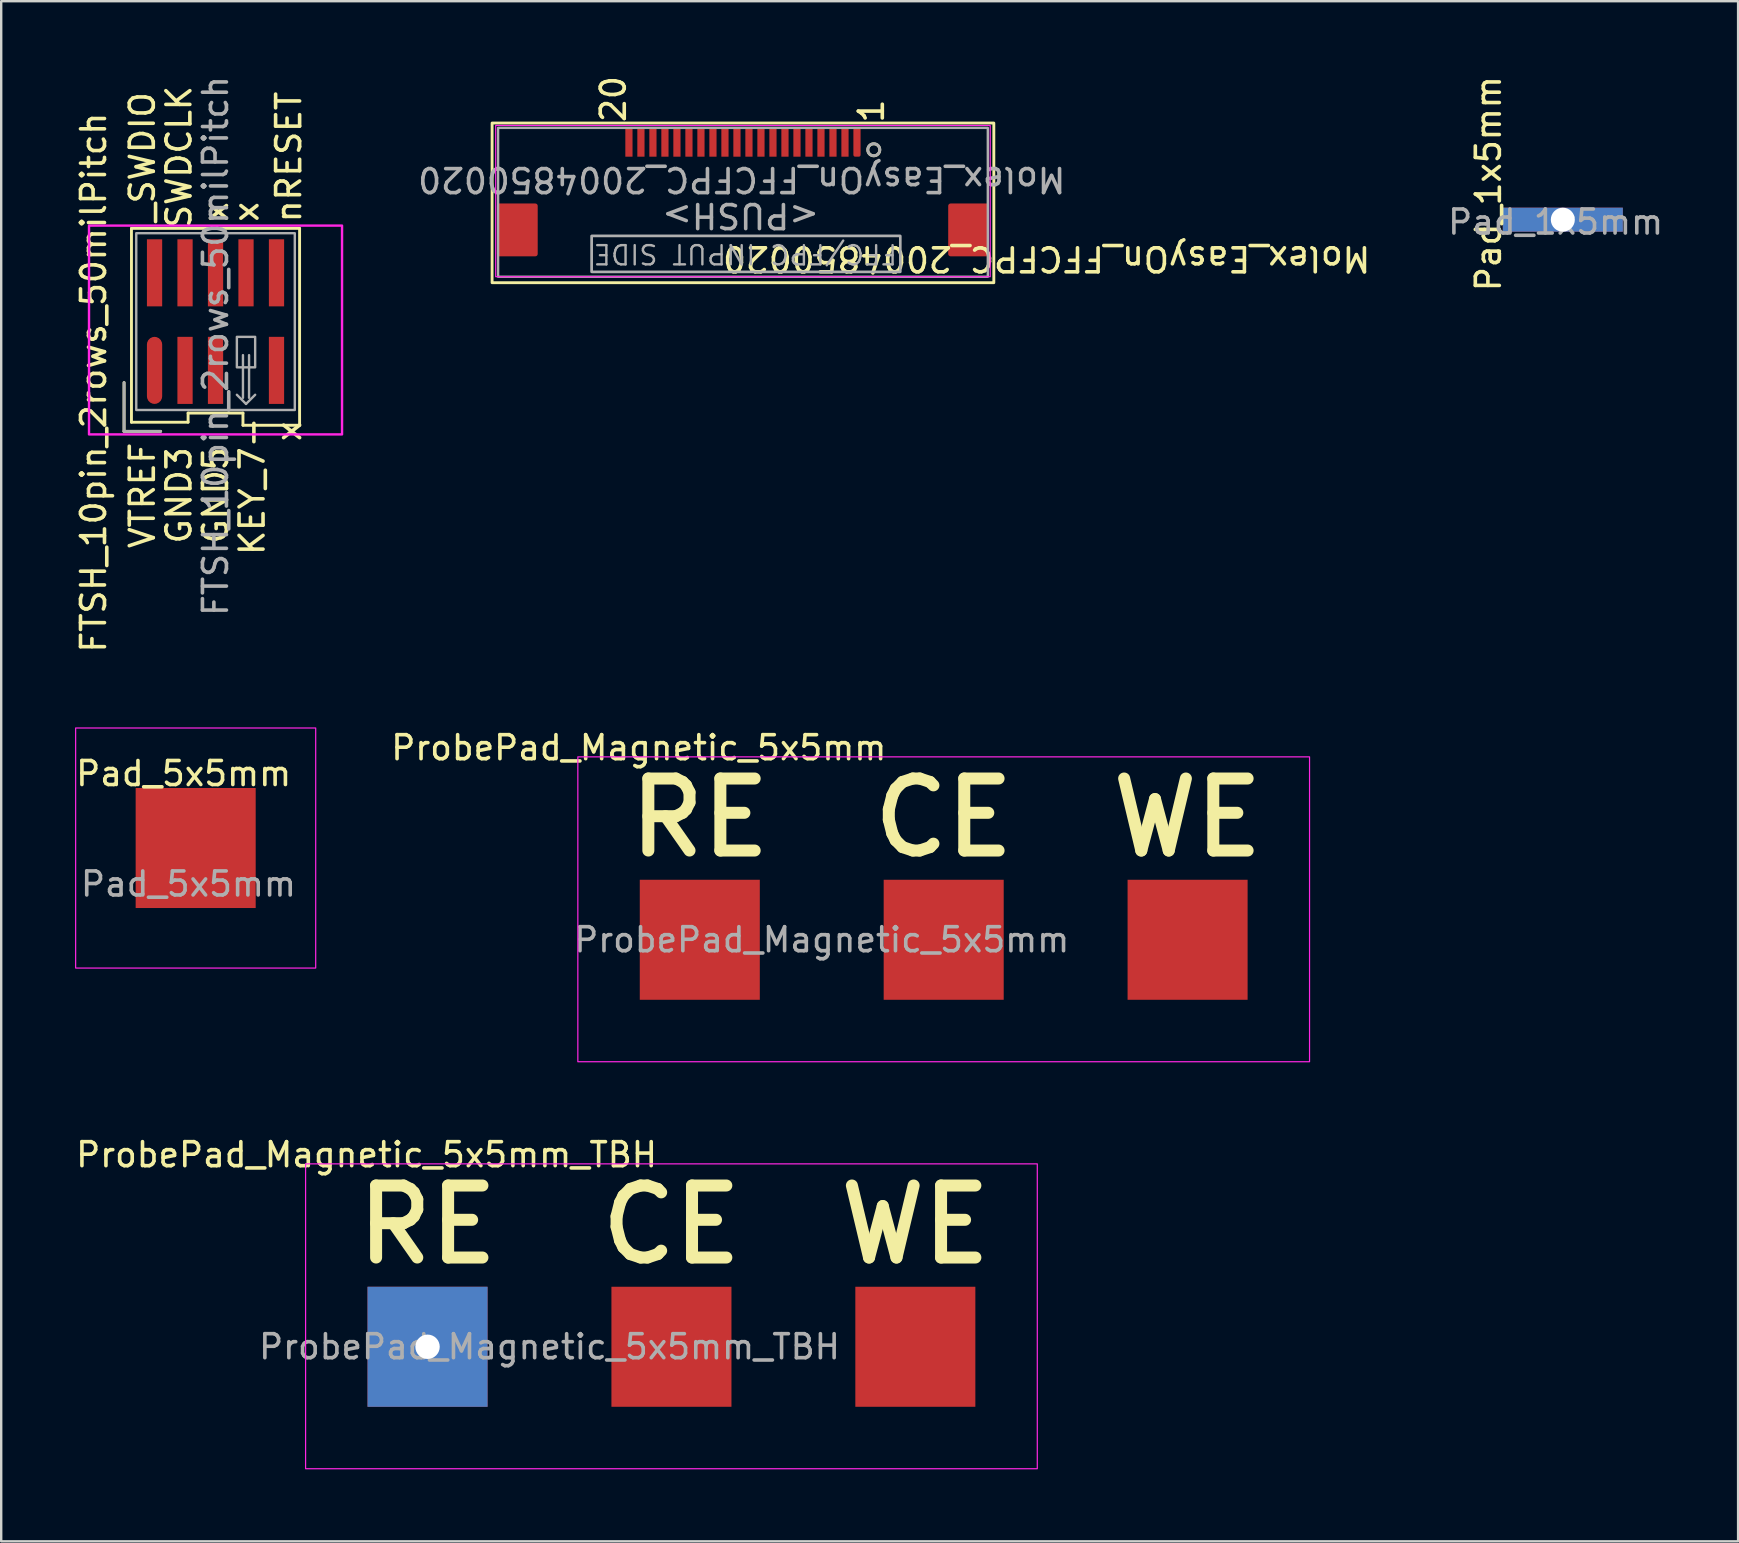
<source format=kicad_pcb>
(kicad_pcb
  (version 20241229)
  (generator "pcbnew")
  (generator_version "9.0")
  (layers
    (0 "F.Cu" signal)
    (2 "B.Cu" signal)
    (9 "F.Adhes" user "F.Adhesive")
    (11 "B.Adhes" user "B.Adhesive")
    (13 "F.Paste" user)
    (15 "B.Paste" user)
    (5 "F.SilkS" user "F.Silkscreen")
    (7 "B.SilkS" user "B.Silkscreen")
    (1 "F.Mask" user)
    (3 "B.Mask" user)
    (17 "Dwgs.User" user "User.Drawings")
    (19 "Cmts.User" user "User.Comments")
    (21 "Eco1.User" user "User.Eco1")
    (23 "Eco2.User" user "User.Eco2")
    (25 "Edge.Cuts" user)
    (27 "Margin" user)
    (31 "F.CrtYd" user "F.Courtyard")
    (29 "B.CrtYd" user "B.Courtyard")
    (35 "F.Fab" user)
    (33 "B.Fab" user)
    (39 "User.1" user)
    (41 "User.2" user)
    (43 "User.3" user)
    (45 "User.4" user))
  (footprint "FTSH_10pin_2rows_50milPitch"
    (layer "F.Cu")
    (at 5.928 10.347)
    (property "Reference" "FTSH_10pin_2rows_50milPitch" (at -5.08 2.54 90) (unlocked yes) (layer "F.SilkS") (effects (font (size 1 1) (thickness 0.15))))
    (attr smd)
    (fp_line (start -3.81 2.54) (end -3.81 4.572) (stroke (width 0.12) (type solid)) (layer "F.SilkS"))
    (fp_line (start -3.81 4.572) (end -2.286 4.572) (stroke (width 0.12) (type solid)) (layer "F.SilkS"))
    (fp_line (start -3.502 -3.883) (end -3.502 4.191) (stroke (width 0.12) (type solid)) (layer "F.SilkS"))
    (fp_line (start -3.502 4.191) (end -1.143 4.191) (stroke (width 0.12) (type solid)) (layer "F.SilkS"))
    (fp_line (start -1.143 3.81) (end 1.143 3.81) (stroke (width 0.12) (type solid)) (layer "F.SilkS"))
    (fp_line (start -1.143 4.191) (end -1.143 3.81) (stroke (width 0.12) (type solid)) (layer "F.SilkS"))
    (fp_line (start 1.143 3.81) (end 1.143 4.318) (stroke (width 0.12) (type solid)) (layer "F.SilkS"))
    (fp_line (start 1.143 4.318) (end 3.502 4.318) (stroke (width 0.12) (type solid)) (layer "F.SilkS"))
    (fp_line (start 3.502 -3.883) (end -3.502 -3.883) (stroke (width 0.12) (type solid)) (layer "F.SilkS"))
    (fp_line (start 3.502 4.318) (end 3.502 -3.883) (stroke (width 0.12) (type solid)) (layer "F.SilkS"))
    (fp_rect (start -5.27 -4) (end 5.27 4.699) (stroke (width 0.1) (type solid)) (fill no) (layer "F.CrtYd"))
    (fp_line (start -3.81 2.54) (end -3.81 4.572) (stroke (width 0.12) (type solid)) (layer "F.Fab"))
    (fp_line (start -3.81 4.572) (end -2.286 4.572) (stroke (width 0.12) (type solid)) (layer "F.Fab"))
    (fp_line (start 0.889 3.048) (end 1.27 3.429) (stroke (width 0.1) (type solid)) (layer "F.Fab"))
    (fp_line (start 1.143 1.397) (end 1.143 3.175) (stroke (width 0.1) (type solid)) (layer "F.Fab"))
    (fp_line (start 1.27 3.429) (end 1.651 3.048) (stroke (width 0.1) (type solid)) (layer "F.Fab"))
    (fp_line (start 1.397 1.397) (end 1.397 3.175) (stroke (width 0.1) (type solid)) (layer "F.Fab"))
    (fp_rect (start -3.302 -3.683) (end 3.302 3.683) (stroke (width 0.1) (type solid)) (fill no) (layer "F.Fab"))
    (fp_rect (start 0.889 1.905) (end 1.651 0.635) (stroke (width 0.1) (type solid)) (fill no) (layer "F.Fab"))
    (fp_text user "GND3 " (at -1.524 6.858 90) (unlocked yes) (layer "F.SilkS") (effects (font (size 1 1) (thickness 0.15))))
    (fp_text user "GND5 " (at 0 6.858 90) (unlocked yes) (layer "F.SilkS") (effects (font (size 1 1) (thickness 0.15))))
    (fp_text user "nRESET" (at 3.048 -6.858 90) (unlocked yes) (layer "F.SilkS") (effects (font (size 1 1) (thickness 0.15))))
    (fp_text user "x" (at 1.27 -4.572 90) (unlocked yes) (layer "F.SilkS") (effects (font (size 1 1) (thickness 0.15))))
    (fp_text user "x" (at 3.048 4.572 90) (unlocked yes) (layer "F.SilkS") (effects (font (size 1 1) (thickness 0.15))))
    (fp_text user "_SWDIO" (at -3.048 -6.858 90) (unlocked yes) (layer "F.SilkS") (effects (font (size 1 1) (thickness 0.15))))
    (fp_text user "VTREF " (at -3.048 6.858 90) (unlocked yes) (layer "F.SilkS") (effects (font (size 1 1) (thickness 0.15))))
    (fp_text user "KEY_7-" (at 1.524 6.858 90) (unlocked yes) (layer "F.SilkS") (effects (font (size 1 1) (thickness 0.15))))
    (fp_text user "SWDCLK" (at -1.524 -6.858 90) (unlocked yes) (layer "F.SilkS") (effects (font (size 1 1) (thickness 0.15))))
    (fp_text user "x" (at 0 -4.572 90) (unlocked yes) (layer "F.SilkS") (effects (font (size 1 1) (thickness 0.15))))
    (fp_text user "${REFERENCE}" (at 0 1.016 90) (unlocked yes) (layer "F.Fab") (effects (font (size 1 1) (thickness 0.15))))
    (pad "1" smd roundrect (at -2.54 2.032) (size 0.635 2.794) (layers "F.Cu" "F.Mask" "F.Paste") (roundrect_rratio 0.5))
    (pad "2" smd rect (at -2.54 -2.032) (size 0.635 2.794) (layers "F.Cu" "F.Mask" "F.Paste"))
    (pad "3" smd rect (at -1.27 2.032) (size 0.635 2.794) (layers "F.Cu" "F.Mask" "F.Paste"))
    (pad "4" smd rect (at -1.27 -2.032) (size 0.635 2.794) (layers "F.Cu" "F.Mask" "F.Paste"))
    (pad "5" smd rect (at 0 2.032) (size 0.635 2.794) (layers "F.Cu" "F.Mask" "F.Paste"))
    (pad "6" smd rect (at 0 -2.032) (size 0.635 2.794) (layers "F.Cu" "F.Mask" "F.Paste"))
    (pad "8" smd rect (at 1.27 -2.032) (size 0.635 2.794) (layers "F.Cu" "F.Mask" "F.Paste"))
    (pad "9" smd rect (at 2.54 2.032) (size 0.635 2.794) (layers "F.Cu" "F.Mask" "F.Paste"))
    (pad "10" smd rect (at 2.54 -2.032) (size 0.635 2.794) (layers "F.Cu" "F.Mask" "F.Paste")))
  (footprint "ProbePad_Magnetic_5x5mm"
    (layer "F.Cu")
    (at 36.261 36.098)
    (property "Reference" "ProbePad_Magnetic_5x5mm" (at -12.7 -8 0) (unlocked yes) (layer "F.SilkS") (effects (font (size 1 1) (thickness 0.15))))
    (attr smd)
    (fp_rect (start -15.24 -7.62) (end 15.24 5.08) (stroke (width 0.05) (type solid)) (fill no) (layer "F.CrtYd"))
    (fp_text user "WE" (at 10.16 -5.08 0) (unlocked yes) (layer "F.SilkS") (effects (font (size 3 3) (thickness 0.5))))
    (fp_text user "RE" (at -10.16 -5.08 0) (unlocked yes) (layer "F.SilkS") (effects (font (size 3 3) (thickness 0.5))))
    (fp_text user "CE" (at 0 -5.08 0) (unlocked yes) (layer "F.SilkS") (effects (font (size 3 3) (thickness 0.5))))
    (fp_text user "${REFERENCE}" (at -5.08 0 0) (unlocked yes) (layer "F.Fab") (effects (font (size 1 1) (thickness 0.15))))
    (pad "1" smd rect (at -10.16 0) (size 5 5) (layers "F.Cu" "F.Mask" "F.Paste"))
    (pad "2" smd rect (at 0 0) (size 5 5) (layers "F.Cu" "F.Mask" "F.Paste"))
    (pad "3" smd rect (at 10.16 0) (size 5 5) (layers "F.Cu" "F.Mask" "F.Paste")))
  (footprint "ProbePad_Magnetic_5x5mm_TBH"
    (layer "F.Cu")
    (at 24.92 53.052)
    (property "Reference" "ProbePad_Magnetic_5x5mm_TBH" (at -12.7 -8 0) (unlocked yes) (layer "F.SilkS") (effects (font (size 1 1) (thickness 0.15))))
    (attr smd)
    (fp_rect (start -15.24 -7.62) (end 15.24 5.08) (stroke (width 0.05) (type solid)) (fill no) (layer "F.CrtYd"))
    (fp_text user "RE" (at -10.16 -5.08 0) (unlocked yes) (layer "F.SilkS") (effects (font (size 3 3) (thickness 0.5))))
    (fp_text user "CE" (at 0 -5.08 0) (unlocked yes) (layer "F.SilkS") (effects (font (size 3 3) (thickness 0.5))))
    (fp_text user "WE" (at 10.16 -5.08 0) (unlocked yes) (layer "F.SilkS") (effects (font (size 3 3) (thickness 0.5))))
    (fp_text user "${REFERENCE}" (at -5.08 0 0) (unlocked yes) (layer "F.Fab") (effects (font (size 1 1) (thickness 0.15))))
    (pad "1" thru_hole rect (at -10.16 0) (size 5 5) (drill 1.016) (layers "*.Cu" "*.Mask"))
    (pad "2" smd rect (at 0 0) (size 5 5) (layers "F.Cu" "F.Mask" "F.Paste"))
    (pad "3" smd rect (at 10.16 0) (size 5 5) (layers "F.Cu" "F.Mask" "F.Paste")))
  (footprint "Pad_5x5mm"
    (layer "F.Cu")
    (at 5.101 32.275)
    (property "Reference" "Pad_5x5mm" (at -0.5 -3.1 0) (unlocked yes) (layer "F.SilkS") (effects (font (size 1 1) (thickness 0.15))))
    (attr smd)
    (fp_rect (start -5 -5) (end 5 5) (stroke (width 0.05) (type solid)) (fill no) (layer "F.CrtYd"))
    (fp_text user "${REFERENCE}" (at -0.3 1.5 0) (unlocked yes) (layer "F.Fab") (effects (font (size 1 1) (thickness 0.15))))
    (pad "1" smd rect (at 0 0) (size 5 5) (layers "F.Cu" "F.Mask" "F.Paste")))
  (footprint "Pad_1x5mm"
    (layer "F.Cu")
    (at 62.052 6.101)
    (property "Reference" "Pad_1x5mm" (at -3.1 -1.5 90) (unlocked yes) (layer "F.SilkS") (effects (font (size 1 1) (thickness 0.15))))
    (attr smd)
    (fp_text user "${REFERENCE}" (at -0.3 0.1 0) (unlocked yes) (layer "F.Fab") (effects (font (size 1 1) (thickness 0.15))))
    (pad "1" thru_hole rect (at 0 0) (size 5 1) (drill 1) (layers "*.Cu" "*.Mask")))
  (footprint "Molex_EasyOn_FFCFPC_2004850020"
    (layer "F.Cu")
    (at 27.899 2.277)
    (property "Reference" "Molex_EasyOn_FFCFPC_2004850020" (at 12.65 5.45 180) (unlocked yes) (layer "F.SilkS") (effects (font (size 1 1) (thickness 0.15))))
    (attr smd)
    (fp_rect (start -8.65 3.25) (end -10.15 5.25) (stroke (width 0.2) (type solid)) (fill yes) (layer "F.Cu"))
    (fp_rect (start 8.65 3.25) (end 10.15 5.25) (stroke (width 0.2) (type solid)) (fill yes) (layer "F.Cu"))
    (fp_rect (start -10.45 -0.201) (end 10.45 6.45) (stroke (width 0.12) (type solid)) (fill no) (layer "F.SilkS"))
    (fp_circle (center 5.45 0.914) (end 5.25 0.764) (stroke (width 0.12) (type solid)) (fill no) (layer "F.SilkS"))
    (fp_rect (start -10.3 -0.1) (end 10.3 6.2) (stroke (width 0.05) (type solid)) (fill no) (layer "F.CrtYd"))
    (fp_rect (start -10.2 6.2) (end 10.2 0) (stroke (width 0.1) (type solid)) (fill no) (layer "F.Fab"))
    (fp_rect (start -6.3 6) (end 6.55 4.5) (stroke (width 0.1) (type solid)) (fill no) (layer "F.Fab"))
    (fp_rect (start 6.55 4.5) (end -6.3 6) (stroke (width 0.1) (type solid)) (fill no) (layer "F.Fab"))
    (fp_circle (center 5.45 0.91) (end 5.7 0.91) (stroke (width 0.12) (type solid)) (fill no) (layer "F.Fab"))
    (fp_text user "1" (at 5.35 -0.7 90) (unlocked yes) (layer "F.SilkS") (effects (font (size 1 1) (thickness 0.15))))
    (fp_text user "20" (at -5.4 -1.2 90) (unlocked yes) (layer "F.SilkS") (effects (font (size 1 1) (thickness 0.15))))
    (fp_text user "<PUSH>" (at -0.1 3.65 180) (unlocked yes) (layer "F.Fab") (effects (font (size 1 1) (thickness 0.15))))
    (fp_text user "${REFERENCE}" (at -0.05 2.15 180) (unlocked yes) (layer "F.Fab") (effects (font (size 1 1) (thickness 0.15))))
    (fp_text user "FFC/FPC INPUT SIDE" (at 0.1 5.25 180) (unlocked yes) (layer "F.Fab") (effects (font (size 0.8 0.8) (thickness 0.1))))
    (pad "1" smd roundrect (at 4.75 0.6) (size 0.3 1.2) (layers "F.Cu" "F.Mask" "F.Paste") (roundrect_rratio 0.25))
    (pad "2" smd rect (at 4.25 0.6) (size 0.3 1.2) (layers "F.Cu" "F.Mask" "F.Paste"))
    (pad "3" smd rect (at 3.75 0.6) (size 0.3 1.2) (layers "F.Cu" "F.Mask" "F.Paste"))
    (pad "4" smd rect (at 3.25 0.6) (size 0.3 1.2) (layers "F.Cu" "F.Mask" "F.Paste"))
    (pad "5" smd rect (at 2.75 0.6) (size 0.3 1.2) (layers "F.Cu" "F.Mask" "F.Paste"))
    (pad "6" smd rect (at 2.25 0.6) (size 0.3 1.2) (layers "F.Cu" "F.Mask" "F.Paste"))
    (pad "7" smd rect (at 1.75 0.6) (size 0.3 1.2) (layers "F.Cu" "F.Mask" "F.Paste"))
    (pad "8" smd rect (at 1.25 0.6) (size 0.3 1.2) (layers "F.Cu" "F.Mask" "F.Paste"))
    (pad "9" smd rect (at 0.75 0.6) (size 0.3 1.2) (layers "F.Cu" "F.Mask" "F.Paste"))
    (pad "10" smd rect (at 0.25 0.6) (size 0.3 1.2) (layers "F.Cu" "F.Mask" "F.Paste"))
    (pad "11" smd rect (at -0.25 0.6) (size 0.3 1.2) (layers "F.Cu" "F.Mask" "F.Paste"))
    (pad "12" smd rect (at -0.75 0.6) (size 0.3 1.2) (layers "F.Cu" "F.Mask" "F.Paste"))
    (pad "13" smd rect (at -1.25 0.6) (size 0.3 1.2) (layers "F.Cu" "F.Mask" "F.Paste"))
    (pad "14" smd rect (at -1.75 0.6) (size 0.3 1.2) (layers "F.Cu" "F.Mask" "F.Paste"))
    (pad "15" smd rect (at -2.25 0.6) (size 0.3 1.2) (layers "F.Cu" "F.Mask" "F.Paste"))
    (pad "16" smd rect (at -2.75 0.6) (size 0.3 1.2) (layers "F.Cu" "F.Mask" "F.Paste"))
    (pad "17" smd rect (at -3.25 0.6) (size 0.3 1.2) (layers "F.Cu" "F.Mask" "F.Paste"))
    (pad "18" smd rect (at -3.75 0.6) (size 0.3 1.2) (layers "F.Cu" "F.Mask" "F.Paste"))
    (pad "19" smd rect (at -4.25 0.6) (size 0.3 1.2) (layers "F.Cu" "F.Mask" "F.Paste"))
    (pad "20" smd rect (at -4.75 0.6) (size 0.3 1.2) (layers "F.Cu" "F.Mask" "F.Paste")))
  (gr_rect
    (start -3 -3)
    (end 69.353 61.157)
    (stroke (width 0.1) (type default))
    (fill no)
    (layer "Edge.Cuts")))
</source>
